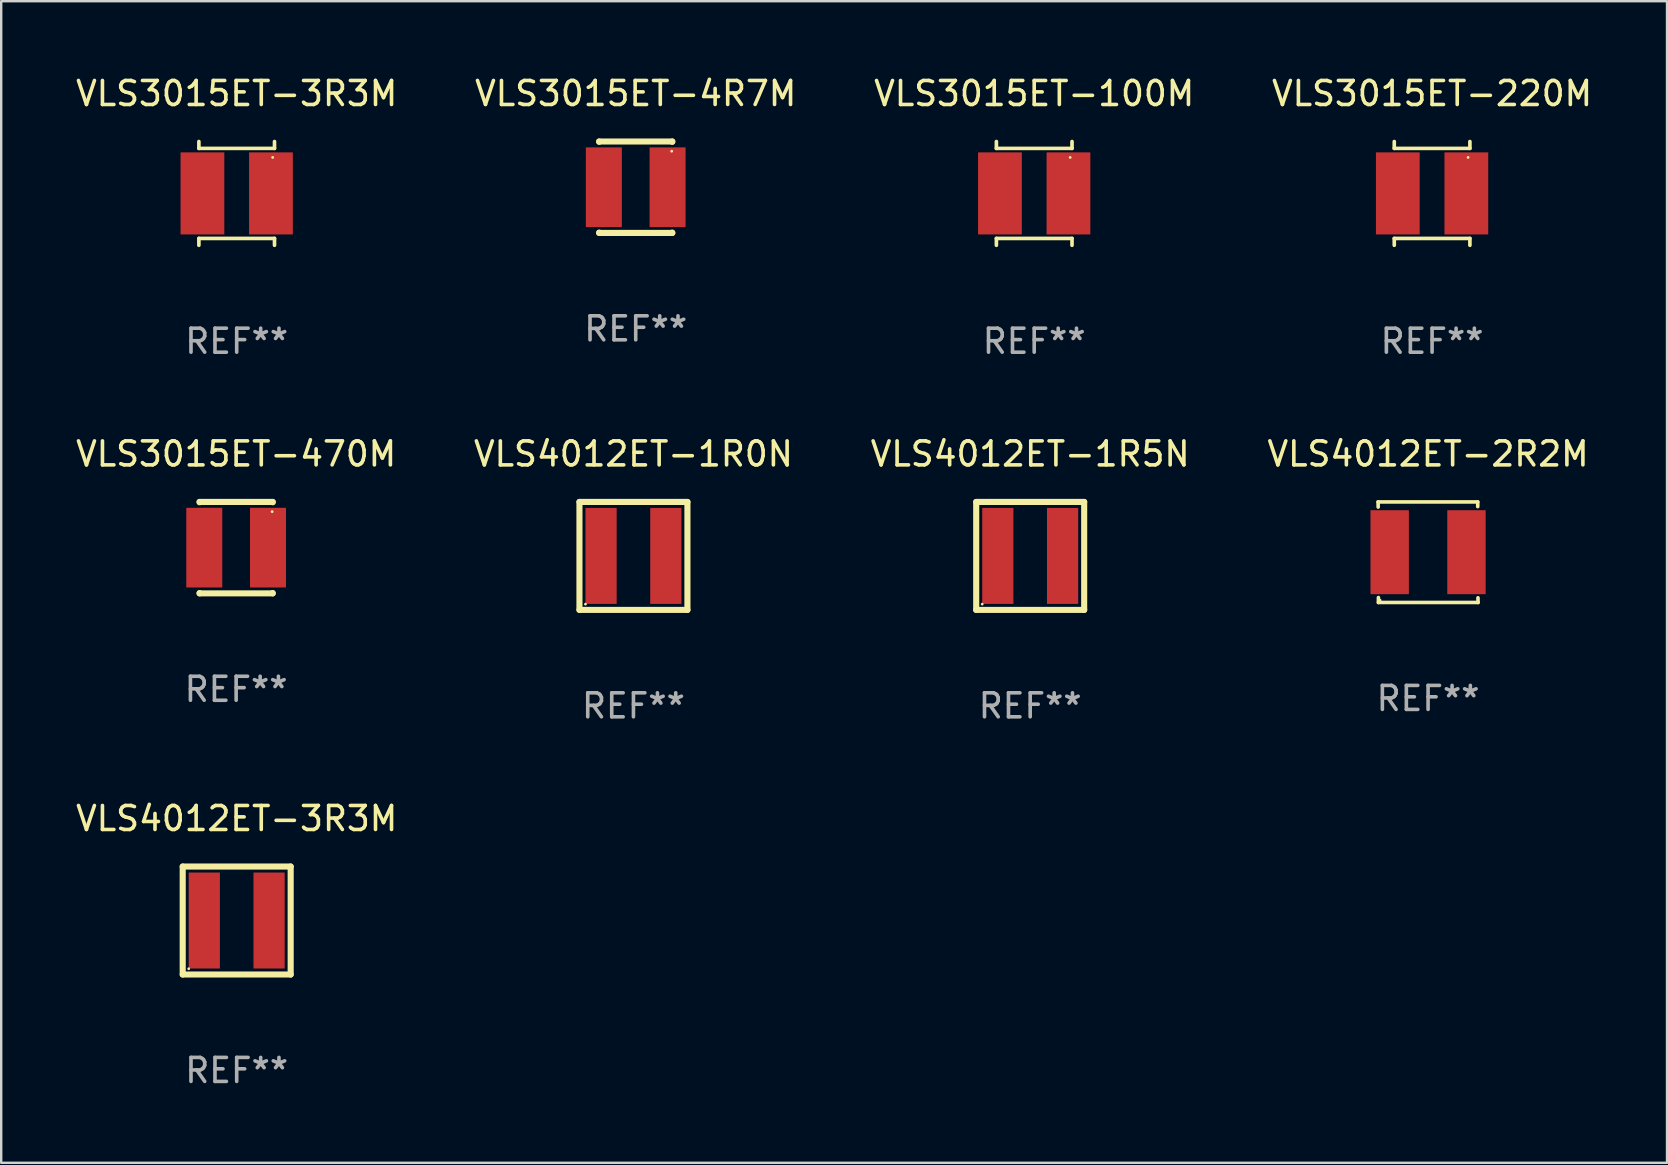
<source format=kicad_pcb>
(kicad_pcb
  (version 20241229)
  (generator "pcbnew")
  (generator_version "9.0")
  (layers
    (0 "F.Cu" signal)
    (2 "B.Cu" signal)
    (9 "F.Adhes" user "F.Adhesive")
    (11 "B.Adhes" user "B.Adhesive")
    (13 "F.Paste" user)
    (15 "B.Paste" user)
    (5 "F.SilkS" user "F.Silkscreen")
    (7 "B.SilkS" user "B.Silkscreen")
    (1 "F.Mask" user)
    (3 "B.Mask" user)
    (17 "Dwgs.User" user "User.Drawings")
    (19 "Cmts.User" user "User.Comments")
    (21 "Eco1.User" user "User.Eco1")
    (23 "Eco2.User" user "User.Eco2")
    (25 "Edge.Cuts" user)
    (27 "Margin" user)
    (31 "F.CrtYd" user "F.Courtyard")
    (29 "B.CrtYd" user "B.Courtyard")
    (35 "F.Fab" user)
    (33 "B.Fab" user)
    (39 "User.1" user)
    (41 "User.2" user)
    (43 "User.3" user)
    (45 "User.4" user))
  (footprint "VLS4012ET-3R3M"
    (layer "F.Cu")
    (at 6.815 35.316)
    (property "Reference" "VLS4012ET-3R3M" (at 0 -4.25 0) (layer "F.SilkS") (effects (font (size 1 1) (thickness 0.15))))
    (attr through_hole)
    (fp_line (start -2.25 -2.25) (end 2.25 -2.25) (stroke (width 0.254) (type solid)) (layer "F.SilkS"))
    (fp_line (start -2.25 2.25) (end -2.25 -2.25) (stroke (width 0.254) (type solid)) (layer "F.SilkS"))
    (fp_line (start 2.25 -2.25) (end 2.25 2.25) (stroke (width 0.254) (type solid)) (layer "F.SilkS"))
    (fp_line (start 2.25 2.25) (end -2.25 2.25) (stroke (width 0.254) (type solid)) (layer "F.SilkS"))
    (fp_circle (center -2 2.01) (end -1.97 2.01) (stroke (width 0.06) (type solid)) (fill no) (layer "F.SilkS"))
    (fp_text user "REF**" (at 0 6.25 0) (layer "F.Fab") (effects (font (size 1 1) (thickness 0.15))))
    (pad "1" smd rect (at -1.35 0 90) (size 4 1.3) (layers "F.Cu" "F.Mask" "F.Paste"))
    (pad "2" smd rect (at 1.35 0 90) (size 4 1.3) (layers "F.Cu" "F.Mask" "F.Paste")))
  (footprint "VLS4012ET-1R0N"
    (layer "F.Cu")
    (at 23.351 20.12)
    (property "Reference" "VLS4012ET-1R0N" (at 0 -4.25 0) (layer "F.SilkS") (effects (font (size 1 1) (thickness 0.15))))
    (attr through_hole)
    (fp_line (start -2.25 -2.25) (end 2.25 -2.25) (stroke (width 0.254) (type solid)) (layer "F.SilkS"))
    (fp_line (start -2.25 2.25) (end -2.25 -2.25) (stroke (width 0.254) (type solid)) (layer "F.SilkS"))
    (fp_line (start 2.25 -2.25) (end 2.25 2.25) (stroke (width 0.254) (type solid)) (layer "F.SilkS"))
    (fp_line (start 2.25 2.25) (end -2.25 2.25) (stroke (width 0.254) (type solid)) (layer "F.SilkS"))
    (fp_circle (center -2 2.01) (end -1.97 2.01) (stroke (width 0.06) (type solid)) (fill no) (layer "F.SilkS"))
    (fp_text user "REF**" (at 0 6.25 0) (layer "F.Fab") (effects (font (size 1 1) (thickness 0.15))))
    (pad "1" smd rect (at -1.35 0 90) (size 4 1.3) (layers "F.Cu" "F.Mask" "F.Paste"))
    (pad "2" smd rect (at 1.35 0 90) (size 4 1.3) (layers "F.Cu" "F.Mask" "F.Paste")))
  (footprint "VLS3015ET-3R3M"
    (layer "F.Cu")
    (at 6.815 5.011)
    (property "Reference" "VLS3015ET-3R3M" (at 0 -4.162 0) (layer "F.SilkS") (effects (font (size 1 1) (thickness 0.15))))
    (attr through_hole)
    (fp_line (start -1.576 -2.162) (end -1.576 -1.876) (stroke (width 0.152) (type solid)) (layer "F.SilkS"))
    (fp_line (start -1.576 -1.876) (end 1.576 -1.876) (stroke (width 0.152) (type solid)) (layer "F.SilkS"))
    (fp_line (start -1.576 1.876) (end 1.576 1.876) (stroke (width 0.152) (type solid)) (layer "F.SilkS"))
    (fp_line (start -1.576 2.162) (end -1.576 1.876) (stroke (width 0.152) (type solid)) (layer "F.SilkS"))
    (fp_line (start 1.576 -1.876) (end 1.576 -2.162) (stroke (width 0.152) (type solid)) (layer "F.SilkS"))
    (fp_line (start 1.576 1.876) (end 1.576 2.162) (stroke (width 0.152) (type solid)) (layer "F.SilkS"))
    (fp_circle (center 1.5 -1.5) (end 1.53 -1.5) (stroke (width 0.06) (type solid)) (fill no) (layer "F.SilkS"))
    (fp_text user "REF**" (at 0 6.162 0) (layer "F.Fab") (effects (font (size 1 1) (thickness 0.15))))
    (pad "1" smd rect (at 1.428 0) (size 1.824 3.42) (layers "F.Cu" "F.Mask" "F.Paste"))
    (pad "2" smd rect (at -1.428 0) (size 1.824 3.42) (layers "F.Cu" "F.Mask" "F.Paste")))
  (footprint "VLS3015ET-220M"
    (layer "F.Cu")
    (at 56.637 5.011)
    (property "Reference" "VLS3015ET-220M" (at 0 -4.162 0) (layer "F.SilkS") (effects (font (size 1 1) (thickness 0.15))))
    (attr through_hole)
    (fp_line (start -1.576 -2.162) (end -1.576 -1.876) (stroke (width 0.152) (type solid)) (layer "F.SilkS"))
    (fp_line (start -1.576 -1.876) (end 1.576 -1.876) (stroke (width 0.152) (type solid)) (layer "F.SilkS"))
    (fp_line (start -1.576 1.876) (end 1.576 1.876) (stroke (width 0.152) (type solid)) (layer "F.SilkS"))
    (fp_line (start -1.576 2.162) (end -1.576 1.876) (stroke (width 0.152) (type solid)) (layer "F.SilkS"))
    (fp_line (start 1.576 -1.876) (end 1.576 -2.162) (stroke (width 0.152) (type solid)) (layer "F.SilkS"))
    (fp_line (start 1.576 1.876) (end 1.576 2.162) (stroke (width 0.152) (type solid)) (layer "F.SilkS"))
    (fp_circle (center 1.5 -1.5) (end 1.53 -1.5) (stroke (width 0.06) (type solid)) (fill no) (layer "F.SilkS"))
    (fp_text user "REF**" (at 0 6.162 0) (layer "F.Fab") (effects (font (size 1 1) (thickness 0.15))))
    (pad "1" smd rect (at 1.428 0) (size 1.824 3.42) (layers "F.Cu" "F.Mask" "F.Paste"))
    (pad "2" smd rect (at -1.428 0) (size 1.824 3.42) (layers "F.Cu" "F.Mask" "F.Paste")))
  (footprint "VLS3015ET-4R7M"
    (layer "F.Cu")
    (at 23.446 4.753)
    (property "Reference" "VLS3015ET-4R7M" (at 0 -3.905 0) (layer "F.SilkS") (effects (font (size 1 1) (thickness 0.15))))
    (attr through_hole)
    (fp_line (start -1.524 -1.905) (end 1.524 -1.905) (stroke (width 0.254) (type solid)) (layer "F.SilkS"))
    (fp_line (start -1.524 -1.891) (end -1.524 -1.905) (stroke (width 0.254) (type solid)) (layer "F.SilkS"))
    (fp_line (start -1.524 1.905) (end -1.524 1.891) (stroke (width 0.254) (type solid)) (layer "F.SilkS"))
    (fp_line (start -1.524 1.905) (end 1.524 1.905) (stroke (width 0.254) (type solid)) (layer "F.SilkS"))
    (fp_line (start 1.524 -1.905) (end 1.524 -1.891) (stroke (width 0.254) (type solid)) (layer "F.SilkS"))
    (fp_line (start 1.524 1.891) (end 1.524 1.905) (stroke (width 0.254) (type solid)) (layer "F.SilkS"))
    (fp_circle (center 1.5 -1.5) (end 1.53 -1.5) (stroke (width 0.06) (type solid)) (fill no) (layer "F.SilkS"))
    (fp_text user "REF**" (at 0 5.905 0) (layer "F.Fab") (effects (font (size 1 1) (thickness 0.15))))
    (pad "1" smd rect (at 1.328 0) (size 1.5 3.32) (layers "F.Cu" "F.Mask" "F.Paste"))
    (pad "2" smd rect (at -1.328 0) (size 1.5 3.32) (layers "F.Cu" "F.Mask" "F.Paste")))
  (footprint "VLS3015ET-100M"
    (layer "F.Cu")
    (at 40.054 5.011)
    (property "Reference" "VLS3015ET-100M" (at 0 -4.162 0) (layer "F.SilkS") (effects (font (size 1 1) (thickness 0.15))))
    (attr through_hole)
    (fp_line (start -1.576 -2.162) (end -1.576 -1.876) (stroke (width 0.152) (type solid)) (layer "F.SilkS"))
    (fp_line (start -1.576 -1.876) (end 1.576 -1.876) (stroke (width 0.152) (type solid)) (layer "F.SilkS"))
    (fp_line (start -1.576 1.876) (end 1.576 1.876) (stroke (width 0.152) (type solid)) (layer "F.SilkS"))
    (fp_line (start -1.576 2.162) (end -1.576 1.876) (stroke (width 0.152) (type solid)) (layer "F.SilkS"))
    (fp_line (start 1.576 -1.876) (end 1.576 -2.162) (stroke (width 0.152) (type solid)) (layer "F.SilkS"))
    (fp_line (start 1.576 1.876) (end 1.576 2.162) (stroke (width 0.152) (type solid)) (layer "F.SilkS"))
    (fp_circle (center 1.5 -1.5) (end 1.53 -1.5) (stroke (width 0.06) (type solid)) (fill no) (layer "F.SilkS"))
    (fp_text user "REF**" (at 0 6.162 0) (layer "F.Fab") (effects (font (size 1 1) (thickness 0.15))))
    (pad "1" smd rect (at 1.428 0) (size 1.824 3.42) (layers "F.Cu" "F.Mask" "F.Paste"))
    (pad "2" smd rect (at -1.428 0) (size 1.824 3.42) (layers "F.Cu" "F.Mask" "F.Paste")))
  (footprint "VLS4012ET-1R5N"
    (layer "F.Cu")
    (at 39.887 20.12)
    (property "Reference" "VLS4012ET-1R5N" (at 0 -4.25 0) (layer "F.SilkS") (effects (font (size 1 1) (thickness 0.15))))
    (attr through_hole)
    (fp_line (start -2.25 -2.25) (end 2.25 -2.25) (stroke (width 0.254) (type solid)) (layer "F.SilkS"))
    (fp_line (start -2.25 2.25) (end -2.25 -2.25) (stroke (width 0.254) (type solid)) (layer "F.SilkS"))
    (fp_line (start 2.25 -2.25) (end 2.25 2.25) (stroke (width 0.254) (type solid)) (layer "F.SilkS"))
    (fp_line (start 2.25 2.25) (end -2.25 2.25) (stroke (width 0.254) (type solid)) (layer "F.SilkS"))
    (fp_circle (center -2 2.01) (end -1.97 2.01) (stroke (width 0.06) (type solid)) (fill no) (layer "F.SilkS"))
    (fp_text user "REF**" (at 0 6.25 0) (layer "F.Fab") (effects (font (size 1 1) (thickness 0.15))))
    (pad "1" smd rect (at -1.35 0 90) (size 4 1.3) (layers "F.Cu" "F.Mask" "F.Paste"))
    (pad "2" smd rect (at 1.35 0 90) (size 4 1.3) (layers "F.Cu" "F.Mask" "F.Paste")))
  (footprint "VLS4012ET-2R2M"
    (layer "F.Cu")
    (at 56.47 19.965)
    (property "Reference" "VLS4012ET-2R2M" (at 0 -4.096 0) (layer "F.SilkS") (effects (font (size 1 1) (thickness 0.15))))
    (attr through_hole)
    (fp_line (start -2.083 -2.096) (end -2.08 -1.88) (stroke (width 0.15) (type solid)) (layer "F.SilkS"))
    (fp_line (start -2.07 1.89) (end -2.07 2.096) (stroke (width 0.15) (type solid)) (layer "F.SilkS"))
    (fp_line (start -2.07 2.096) (end 2.083 2.096) (stroke (width 0.15) (type solid)) (layer "F.SilkS"))
    (fp_line (start 2.07 -1.9) (end 2.07 -2.096) (stroke (width 0.15) (type solid)) (layer "F.SilkS"))
    (fp_line (start 2.07 -2.096) (end -2.083 -2.096) (stroke (width 0.15) (type solid)) (layer "F.SilkS"))
    (fp_line (start 2.083 2.096) (end 2.08 1.9) (stroke (width 0.15) (type solid)) (layer "F.SilkS"))
    (fp_circle (center -2 2) (end -1.97 2) (stroke (width 0.06) (type solid)) (fill no) (layer "F.SilkS"))
    (fp_text user "REF**" (at 0 6.096 0) (layer "F.Fab") (effects (font (size 1 1) (thickness 0.15))))
    (pad "1" smd rect (at -1.6 -0.000343) (size 1.6 3.5) (layers "F.Cu" "F.Mask" "F.Paste"))
    (pad "2" smd rect (at 1.6 -0.000343) (size 1.6 3.5) (layers "F.Cu" "F.Mask" "F.Paste")))
  (footprint "VLS3015ET-470M"
    (layer "F.Cu")
    (at 6.792 19.775)
    (property "Reference" "VLS3015ET-470M" (at 0 -3.905 0) (layer "F.SilkS") (effects (font (size 1 1) (thickness 0.15))))
    (attr through_hole)
    (fp_line (start -1.524 -1.905) (end 1.524 -1.905) (stroke (width 0.254) (type solid)) (layer "F.SilkS"))
    (fp_line (start -1.524 -1.891) (end -1.524 -1.905) (stroke (width 0.254) (type solid)) (layer "F.SilkS"))
    (fp_line (start -1.524 1.905) (end -1.524 1.891) (stroke (width 0.254) (type solid)) (layer "F.SilkS"))
    (fp_line (start -1.524 1.905) (end 1.524 1.905) (stroke (width 0.254) (type solid)) (layer "F.SilkS"))
    (fp_line (start 1.524 -1.905) (end 1.524 -1.891) (stroke (width 0.254) (type solid)) (layer "F.SilkS"))
    (fp_line (start 1.524 1.891) (end 1.524 1.905) (stroke (width 0.254) (type solid)) (layer "F.SilkS"))
    (fp_circle (center 1.5 -1.5) (end 1.53 -1.5) (stroke (width 0.06) (type solid)) (fill no) (layer "F.SilkS"))
    (fp_text user "REF**" (at 0 5.905 0) (layer "F.Fab") (effects (font (size 1 1) (thickness 0.15))))
    (pad "1" smd rect (at 1.328 0) (size 1.5 3.32) (layers "F.Cu" "F.Mask" "F.Paste"))
    (pad "2" smd rect (at -1.328 0) (size 1.5 3.32) (layers "F.Cu" "F.Mask" "F.Paste")))
  (gr_rect
    (start -3 -3)
    (end 66.429 45.414)
    (stroke (width 0.1) (type default))
    (fill no)
    (layer "Edge.Cuts")))
</source>
